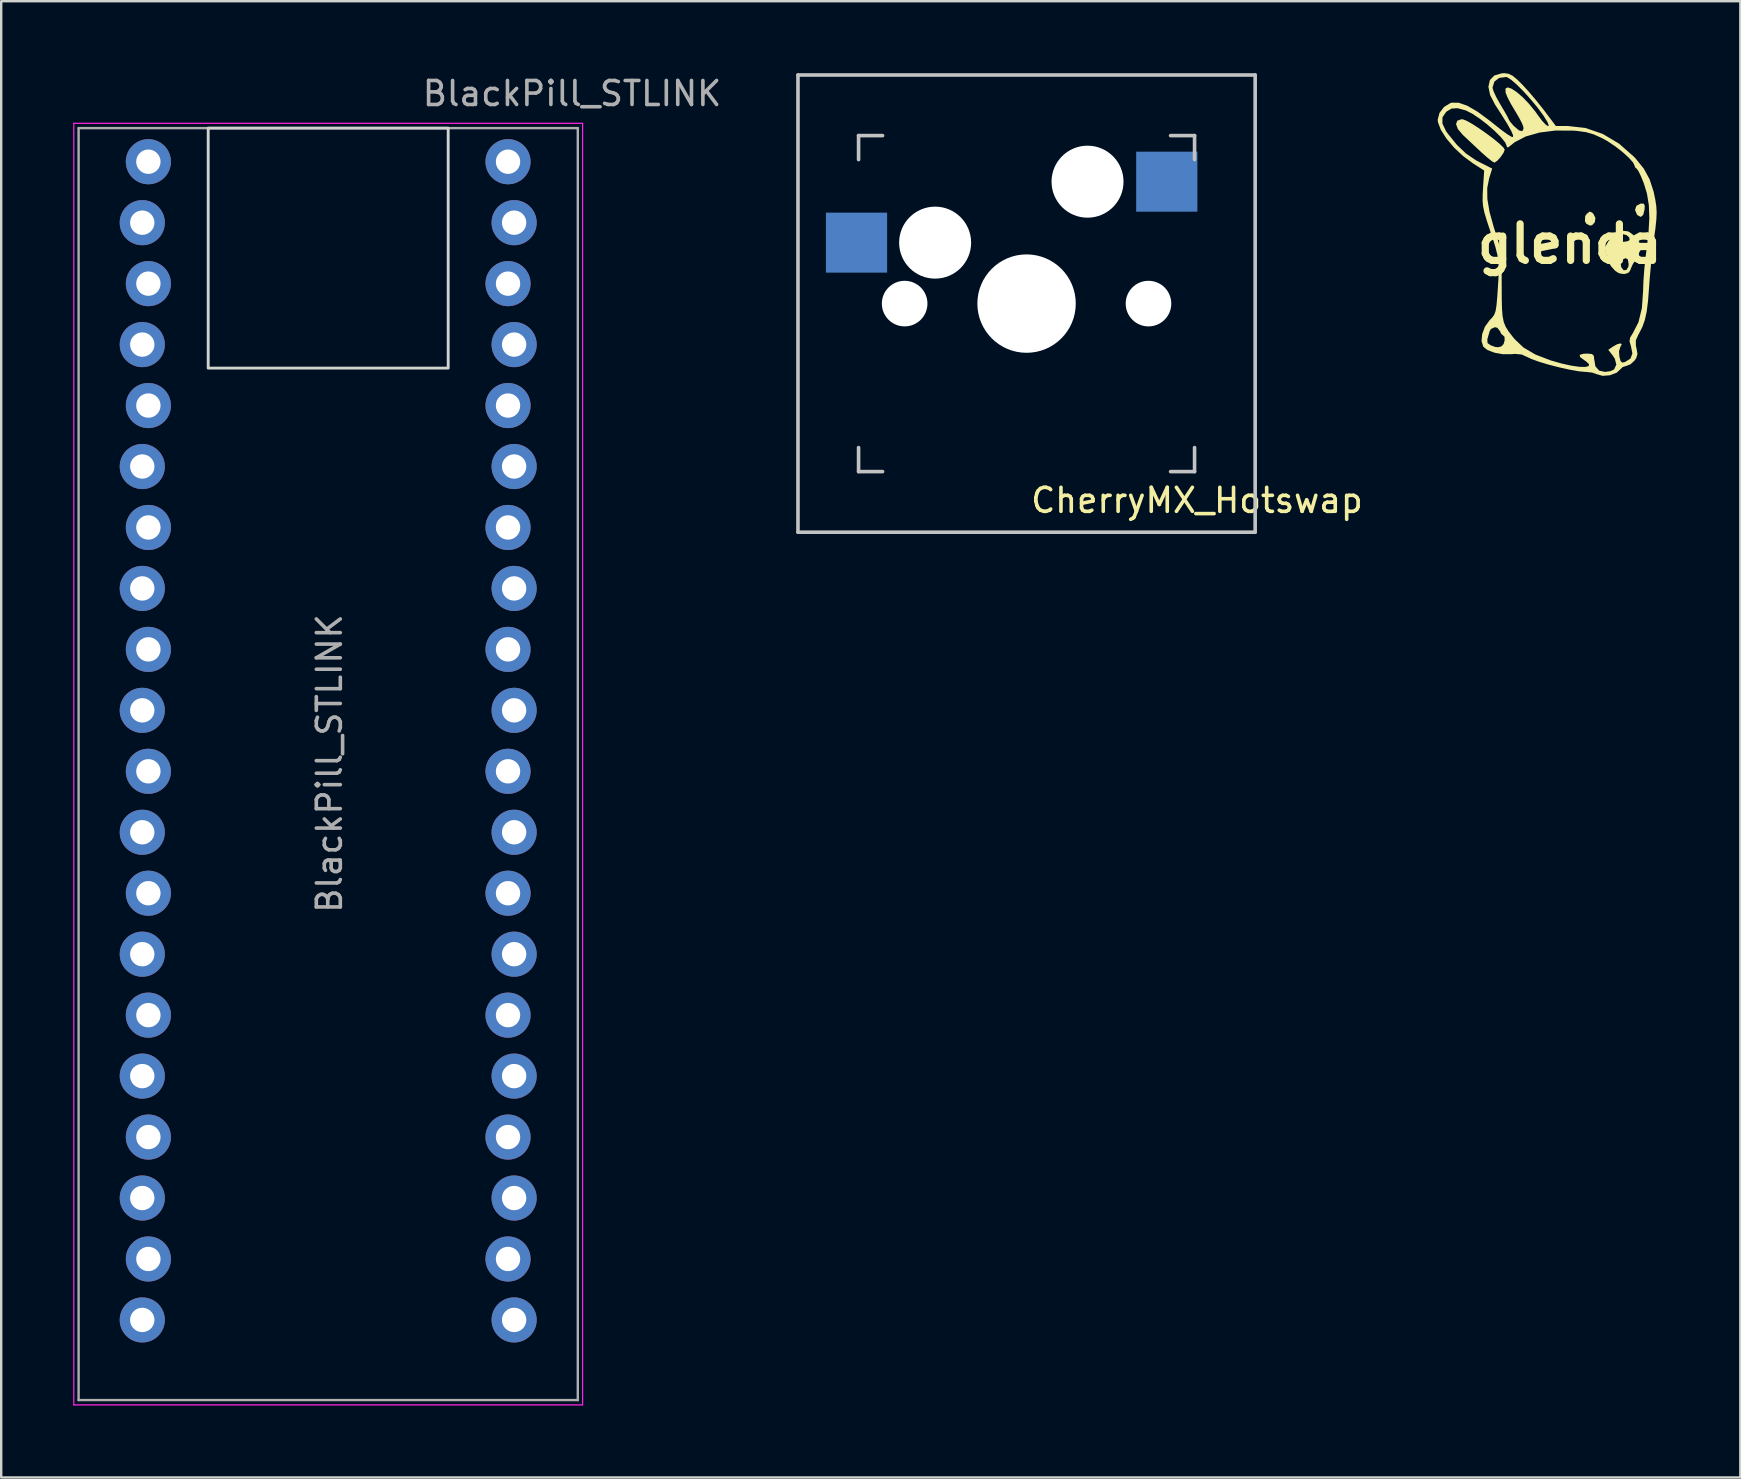
<source format=kicad_pcb>
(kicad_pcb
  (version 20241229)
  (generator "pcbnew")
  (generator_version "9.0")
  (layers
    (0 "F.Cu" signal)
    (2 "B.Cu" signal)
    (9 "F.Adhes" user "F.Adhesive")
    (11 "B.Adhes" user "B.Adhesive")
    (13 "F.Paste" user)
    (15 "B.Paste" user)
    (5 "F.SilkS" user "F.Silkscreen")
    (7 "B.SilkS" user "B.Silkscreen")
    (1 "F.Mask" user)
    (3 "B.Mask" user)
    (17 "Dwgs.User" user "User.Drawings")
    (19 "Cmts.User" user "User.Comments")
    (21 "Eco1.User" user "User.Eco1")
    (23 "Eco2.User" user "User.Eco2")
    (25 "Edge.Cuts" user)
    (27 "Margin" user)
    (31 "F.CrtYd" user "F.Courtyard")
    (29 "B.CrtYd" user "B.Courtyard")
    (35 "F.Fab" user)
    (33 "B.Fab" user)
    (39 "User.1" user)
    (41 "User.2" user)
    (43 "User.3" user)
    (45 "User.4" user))
  (footprint "glenda"
    (layer "F.Cu")
    (at 62.357 7.112)
    (property "Reference" "glenda" (at 0 0 0) (layer "F.SilkS") (effects (font (size 1.524 1.524) (thickness 0.3))))
    (attr board_only exclude_from_pos_files exclude_from_bom)
    (fp_poly (pts (xy 0.929 -1.306) (xy 0.982 -1.255) (xy 1.069 -1.083) (xy 1.046 -0.903) (xy 0.933 -0.781) (xy 0.847 -0.762) (xy 0.698 -0.833) (xy 0.632 -0.941) (xy 0.643 -1.159) (xy 0.711 -1.255) (xy 0.829 -1.346)) (stroke (width 0) (type solid)) (fill yes) (layer "F.SilkS"))
    (fp_poly (pts (xy 3.081 -1.678) (xy 3.125 -1.593) (xy 3.117 -1.431) (xy 3.06 -1.204) (xy 2.955 -1.123) (xy 2.818 -1.2) (xy 2.8 -1.221) (xy 2.72 -1.414) (xy 2.776 -1.586) (xy 2.948 -1.679) (xy 2.949 -1.679)) (stroke (width 0) (type solid)) (fill yes) (layer "F.SilkS"))
    (fp_poly (pts (xy -4.463 -5.191) (xy -4.312 -5.137) (xy -4.074 -5.005) (xy -3.784 -4.818) (xy -3.474 -4.602) (xy -3.178 -4.38) (xy -2.93 -4.176) (xy -2.763 -4.015) (xy -2.709 -3.927) (xy -2.76 -3.793) (xy -2.881 -3.618) (xy -3.022 -3.462) (xy -3.134 -3.387) (xy -3.141 -3.387) (xy -3.238 -3.441) (xy -3.42 -3.584) (xy -3.652 -3.788) (xy -3.698 -3.831) (xy -3.978 -4.093) (xy -4.254 -4.351) (xy -4.464 -4.549) (xy -4.662 -4.785) (xy -4.737 -4.988) (xy -4.689 -5.132) (xy -4.519 -5.192)) (stroke (width 0) (type solid)) (fill yes) (layer "F.SilkS"))
    (fp_poly (pts (xy 2.42 -0.523) (xy 2.483 -0.494) (xy 2.791 -0.267) (xy 2.935 0.004) (xy 2.916 0.316) (xy 2.752 0.643) (xy 2.622 0.857) (xy 2.547 1.023) (xy 2.54 1.061) (xy 2.472 1.18) (xy 2.406 1.219) (xy 2.274 1.257) (xy 2.142 1.243) (xy 2.032 1.214) (xy 1.895 1.123) (xy 1.743 0.956) (xy 1.742 0.955) (xy 1.654 0.83) (xy 2.125 0.83) (xy 2.147 0.974) (xy 2.247 1.099) (xy 2.361 1.086) (xy 2.442 0.955) (xy 2.455 0.847) (xy 2.419 0.647) (xy 2.326 0.593) (xy 2.186 0.663) (xy 2.125 0.83) (xy 1.654 0.83) (xy 1.636 0.805) (xy 1.631 0.76) (xy 1.727 0.788) (xy 1.742 0.793) (xy 1.818 0.805) (xy 1.769 0.731) (xy 1.672 0.635) (xy 1.486 0.392) (xy 1.463 0.151) (xy 1.605 -0.102) (xy 1.715 -0.219) (xy 1.801 -0.289) (xy 2.04 -0.289) (xy 2.052 -0.167) (xy 2.181 -0.09) (xy 2.239 -0.085) (xy 2.415 -0.112) (xy 2.492 -0.16) (xy 2.48 -0.268) (xy 2.367 -0.364) (xy 2.218 -0.404) (xy 2.16 -0.393) (xy 2.04 -0.289) (xy 1.801 -0.289) (xy 1.993 -0.449) (xy 2.216 -0.546)) (stroke (width 0) (type solid)) (fill yes) (layer "F.SilkS"))
    (fp_poly (pts (xy -2.55 -7.089) (xy -2.378 -7.003) (xy -2.168 -6.827) (xy -1.991 -6.651) (xy -1.722 -6.359) (xy -1.413 -5.996) (xy -1.121 -5.631) (xy -1.059 -5.55) (xy -0.578 -4.911) (xy -0.069 -4.911) (xy 0.664 -4.827) (xy 1.376 -4.581) (xy 2.052 -4.179) (xy 2.68 -3.626) (xy 2.736 -3.567) (xy 3.083 -3.138) (xy 3.327 -2.693) (xy 3.496 -2.172) (xy 3.563 -1.853) (xy 3.606 -1.572) (xy 3.621 -1.305) (xy 3.608 -1.002) (xy 3.566 -0.616) (xy 3.52 -0.286) (xy 3.453 0.228) (xy 3.388 0.827) (xy 3.333 1.426) (xy 3.304 1.82) (xy 3.261 2.386) (xy 3.206 2.822) (xy 3.13 3.167) (xy 3.026 3.461) (xy 2.882 3.742) (xy 2.858 3.784) (xy 2.753 4.019) (xy 2.755 4.245) (xy 2.781 4.353) (xy 2.822 4.585) (xy 2.771 4.759) (xy 2.696 4.866) (xy 2.531 5.017) (xy 2.369 5.08) (xy 2.369 5.08) (xy 2.2 5.135) (xy 2.142 5.195) (xy 1.954 5.368) (xy 1.673 5.474) (xy 1.37 5.499) (xy 1.112 5.426) (xy 1.101 5.419) (xy 0.933 5.363) (xy 0.693 5.336) (xy 0.664 5.335) (xy 0.382 5.31) (xy -0.001 5.242) (xy -0.439 5.145) (xy -0.884 5.03) (xy -1.287 4.909) (xy -1.601 4.795) (xy -1.733 4.732) (xy -1.999 4.611) (xy -2.274 4.583) (xy -2.439 4.596) (xy -2.787 4.597) (xy -3.137 4.534) (xy -3.429 4.422) (xy -3.6 4.287) (xy -3.675 4.057) (xy -3.669 3.98) (xy -3.435 3.98) (xy -3.425 4.134) (xy -3.287 4.229) (xy -3.093 4.298) (xy -2.967 4.305) (xy -2.843 4.267) (xy -2.756 4.172) (xy -2.712 4.015) (xy -2.719 3.871) (xy -2.784 3.81) (xy -2.863 3.74) (xy -2.903 3.641) (xy -3.015 3.498) (xy -3.119 3.471) (xy -3.283 3.545) (xy -3.339 3.641) (xy -3.405 3.874) (xy -3.435 3.98) (xy -3.669 3.98) (xy -3.649 3.759) (xy -3.535 3.451) (xy -3.347 3.191) (xy -3.225 3.065) (xy -3.143 2.944) (xy -3.089 2.79) (xy -3.053 2.565) (xy -3.023 2.23) (xy -3.006 1.99) (xy -2.972 1.473) (xy -2.959 1.076) (xy -2.972 0.75) (xy -3.018 0.447) (xy -3.101 0.117) (xy -3.229 -0.287) (xy -3.316 -0.545) (xy -3.459 -0.978) (xy -3.555 -1.299) (xy -3.609 -1.554) (xy -3.631 -1.791) (xy -3.628 -2.057) (xy -3.614 -2.312) (xy -3.566 -3.057) (xy -4.033 -3.355) (xy -4.444 -3.659) (xy -4.82 -4.012) (xy -5.136 -4.385) (xy -5.368 -4.745) (xy -5.472 -5.014) (xy -5.306 -5.014) (xy -5.158 -4.703) (xy -5.09 -4.606) (xy -4.697 -4.121) (xy -4.315 -3.759) (xy -3.902 -3.48) (xy -3.753 -3.401) (xy -3.232 -3.138) (xy -3.358 -2.733) (xy -3.438 -2.328) (xy -3.433 -1.868) (xy -3.342 -1.328) (xy -3.161 -0.679) (xy -3.114 -0.537) (xy -3.013 -0.224) (xy -2.939 0.033) (xy -2.89 0.272) (xy -2.86 0.532) (xy -2.844 0.851) (xy -2.837 1.268) (xy -2.836 1.736) (xy -2.833 2.29) (xy -2.823 2.706) (xy -2.798 3.018) (xy -2.749 3.257) (xy -2.669 3.456) (xy -2.55 3.646) (xy -2.384 3.861) (xy -2.3 3.965) (xy -1.93 4.316) (xy -1.434 4.609) (xy -0.804 4.852) (xy -0.342 4.984) (xy 0.065 5.074) (xy 0.401 5.122) (xy 0.647 5.128) (xy 0.787 5.092) (xy 0.803 5.013) (xy 0.678 4.894) (xy 0.604 4.845) (xy 0.429 4.713) (xy 0.415 4.624) (xy 0.565 4.579) (xy 0.734 4.572) (xy 0.928 4.589) (xy 1.005 4.668) (xy 1.016 4.789) (xy 1.068 5.1) (xy 1.226 5.281) (xy 1.468 5.334) (xy 1.691 5.305) (xy 1.844 5.234) (xy 1.846 5.232) (xy 1.941 5.031) (xy 1.877 4.782) (xy 1.776 4.632) (xy 1.606 4.414) (xy 1.795 4.282) (xy 1.983 4.177) (xy 2.118 4.146) (xy 2.165 4.189) (xy 2.117 4.275) (xy 2.052 4.472) (xy 2.068 4.694) (xy 2.118 4.886) (xy 2.193 4.946) (xy 2.306 4.92) (xy 2.531 4.778) (xy 2.61 4.565) (xy 2.553 4.279) (xy 2.491 4.061) (xy 2.516 3.901) (xy 2.629 3.719) (xy 2.863 3.263) (xy 3.005 2.68) (xy 3.056 1.961) (xy 3.056 1.949) (xy 3.071 1.533) (xy 3.108 1.033) (xy 3.161 0.534) (xy 3.187 0.339) (xy 3.279 -0.432) (xy 3.316 -1.074) (xy 3.295 -1.619) (xy 3.216 -2.1) (xy 3.088 -2.519) (xy 2.971 -2.809) (xy 2.866 -3.026) (xy 2.794 -3.129) (xy 2.784 -3.133) (xy 2.715 -3.2) (xy 2.709 -3.243) (xy 2.642 -3.386) (xy 2.463 -3.588) (xy 2.205 -3.823) (xy 1.899 -4.062) (xy 1.58 -4.276) (xy 1.357 -4.401) (xy 1.005 -4.561) (xy 0.678 -4.656) (xy 0.295 -4.708) (xy 0.118 -4.721) (xy -0.603 -4.722) (xy -1.264 -4.638) (xy -1.835 -4.475) (xy -2.288 -4.24) (xy -2.434 -4.124) (xy -2.569 -4.019) (xy -2.621 -4.038) (xy -2.625 -4.075) (xy -2.691 -4.229) (xy -2.868 -4.447) (xy -3.124 -4.703) (xy -3.429 -4.969) (xy -3.751 -5.218) (xy -4.059 -5.423) (xy -4.32 -5.556) (xy -4.337 -5.562) (xy -4.676 -5.654) (xy -4.928 -5.638) (xy -5.138 -5.51) (xy -5.149 -5.5) (xy -5.303 -5.275) (xy -5.306 -5.014) (xy -5.472 -5.014) (xy -5.49 -5.062) (xy -5.503 -5.174) (xy -5.428 -5.458) (xy -5.234 -5.708) (xy -4.971 -5.868) (xy -4.914 -5.884) (xy -4.626 -5.881) (xy -4.272 -5.758) (xy -3.842 -5.508) (xy -3.325 -5.126) (xy -3.168 -4.999) (xy -2.87 -4.763) (xy -2.617 -4.579) (xy -2.439 -4.469) (xy -2.367 -4.447) (xy -2.361 -4.524) (xy -2.438 -4.705) (xy -2.602 -4.997) (xy -2.859 -5.411) (xy -3.11 -5.798) (xy -3.318 -6.199) (xy -3.38 -6.502) (xy -3.217 -6.502) (xy -3.175 -6.358) (xy -3.064 -6.119) (xy -2.905 -5.834) (xy -2.879 -5.789) (xy -2.718 -5.518) (xy -2.598 -5.306) (xy -2.542 -5.19) (xy -2.54 -5.182) (xy -2.487 -5.094) (xy -2.355 -4.939) (xy -2.311 -4.893) (xy -2.117 -4.73) (xy -1.983 -4.696) (xy -1.927 -4.79) (xy -1.934 -4.877) (xy -1.991 -5.026) (xy -2.116 -5.266) (xy -2.281 -5.546) (xy -2.29 -5.559) (xy -2.462 -5.851) (xy -2.599 -6.116) (xy -2.672 -6.299) (xy -2.673 -6.3) (xy -2.678 -6.467) (xy -2.592 -6.52) (xy -2.432 -6.47) (xy -2.218 -6.332) (xy -1.969 -6.119) (xy -1.703 -5.844) (xy -1.439 -5.52) (xy -1.306 -5.333) (xy -1.146 -5.121) (xy -1.006 -4.973) (xy -0.907 -4.906) (xy -0.874 -4.935) (xy -0.929 -5.075) (xy -0.931 -5.08) (xy -1.106 -5.361) (xy -1.346 -5.684) (xy -1.625 -6.021) (xy -1.917 -6.345) (xy -2.195 -6.625) (xy -2.434 -6.834) (xy -2.608 -6.944) (xy -2.644 -6.953) (xy -2.939 -6.917) (xy -3.14 -6.763) (xy -3.217 -6.513) (xy -3.217 -6.502) (xy -3.38 -6.502) (xy -3.389 -6.547) (xy -3.328 -6.826) (xy -3.141 -7.018) (xy -2.831 -7.107) (xy -2.725 -7.112)) (stroke (width 0) (type solid)) (fill yes) (layer "F.SilkS")))
  (footprint "CherryMX_Hotswap"
    (layer "F.Cu")
    (at 39.724 9.6)
    (property "Reference" "CherryMX_Hotswap" (at 7.1 8.2 0) (layer "F.SilkS") (effects (font (size 1 1) (thickness 0.15))))
    (attr through_hole)
    (fp_line (start -9.525 -9.525) (end 9.525 -9.525) (stroke (width 0.15) (type solid)) (layer "Dwgs.User"))
    (fp_line (start -9.525 9.525) (end -9.525 -9.525) (stroke (width 0.15) (type solid)) (layer "Dwgs.User"))
    (fp_line (start -7 -7) (end -6 -7) (stroke (width 0.15) (type solid)) (layer "Dwgs.User"))
    (fp_line (start -7 -6) (end -7 -7) (stroke (width 0.15) (type solid)) (layer "Dwgs.User"))
    (fp_line (start -7 6) (end -7 7) (stroke (width 0.15) (type solid)) (layer "Dwgs.User"))
    (fp_line (start -7 7) (end -6 7) (stroke (width 0.15) (type solid)) (layer "Dwgs.User"))
    (fp_line (start 6 7) (end 7 7) (stroke (width 0.15) (type solid)) (layer "Dwgs.User"))
    (fp_line (start 7 -7) (end 6 -7) (stroke (width 0.15) (type solid)) (layer "Dwgs.User"))
    (fp_line (start 7 -7) (end 7 -6) (stroke (width 0.15) (type solid)) (layer "Dwgs.User"))
    (fp_line (start 7 7) (end 7 6) (stroke (width 0.15) (type solid)) (layer "Dwgs.User"))
    (fp_line (start 9.525 -9.525) (end 9.525 9.525) (stroke (width 0.15) (type solid)) (layer "Dwgs.User"))
    (fp_line (start 9.525 9.525) (end -9.525 9.525) (stroke (width 0.15) (type solid)) (layer "Dwgs.User"))
    (pad "" np_thru_hole circle (at -5.08 0) (size 1.9 1.9) (drill 1.9) (layers "*.Cu" "*.Mask"))
    (pad "" np_thru_hole circle (at -3.81 -2.54) (size 3 3) (drill 3) (layers "*.Cu" "*.Mask"))
    (pad "" np_thru_hole circle (at 0 0 90) (size 4.1 4.1) (drill 4.1) (layers "*.Cu" "*.Mask"))
    (pad "" np_thru_hole circle (at 2.54 -5.08) (size 3 3) (drill 3) (layers "*.Cu" "*.Mask"))
    (pad "" np_thru_hole circle (at 5.08 0) (size 1.9 1.9) (drill 1.9) (layers "*.Cu" "*.Mask"))
    (pad "1" smd rect (at -7.085 -2.54 180) (size 2.55 2.5) (layers "B.Cu" "B.Mask" "B.Paste"))
    (pad "2" smd rect (at 5.842 -5.08 180) (size 2.55 2.5) (layers "B.Cu" "B.Mask" "B.Paste")))
  (footprint "BlackPill_STLINK"
    (layer "F.Cu")
    (at 10.625 28.788)
    (property "Reference" "BlackPill_STLINK" (at 0.05 -0.025 90) (layer "F.Fab") (effects (font (size 1 1) (thickness 0.15))))
    (attr through_hole)
    (fp_rect (start 5 -26.5) (end -5 -16.5) (stroke (width 0.12) (type solid)) (fill no) (layer "Edge.Cuts"))
    (fp_line (start -10.6 -26.7) (end -10.6 26.7) (stroke (width 0.05) (type solid)) (layer "F.CrtYd"))
    (fp_line (start -10.6 26.7) (end 10.6 26.7) (stroke (width 0.05) (type solid)) (layer "F.CrtYd"))
    (fp_line (start 10.6 -26.7) (end -10.6 -26.7) (stroke (width 0.05) (type solid)) (layer "F.CrtYd"))
    (fp_line (start 10.6 26.7) (end 10.6 -26.7) (stroke (width 0.05) (type solid)) (layer "F.CrtYd"))
    (fp_line (start -10.4 -26.5) (end -10.4 26.5) (stroke (width 0.1) (type solid)) (layer "F.Fab"))
    (fp_line (start -10.4 26.5) (end 10.4 26.5) (stroke (width 0.1) (type solid)) (layer "F.Fab"))
    (fp_line (start 10.4 -26.5) (end -10.4 -26.5) (stroke (width 0.1) (type solid)) (layer "F.Fab"))
    (fp_line (start 10.4 26.5) (end 10.4 -26.5) (stroke (width 0.1) (type solid)) (layer "F.Fab"))
    (fp_text user "${REFERENCE}" (at 10.16 -27.94 180) (layer "F.Fab") (effects (font (size 1 1) (thickness 0.15))))
    (pad "1" thru_hole circle (at -7.493 -25.1 270) (size 1.88 1.88) (drill 1.016) (layers "*.Cu" "*.Mask"))
    (pad "2" thru_hole circle (at -7.747 -22.56 270) (size 1.88 1.88) (drill 1.016) (layers "*.Cu" "*.Mask"))
    (pad "3" thru_hole circle (at -7.493 -20.02 270) (size 1.88 1.88) (drill 1.016) (layers "*.Cu" "*.Mask"))
    (pad "4" thru_hole circle (at -7.747 -17.48 270) (size 1.88 1.88) (drill 1.016) (layers "*.Cu" "*.Mask"))
    (pad "5" thru_hole circle (at -7.493 -14.94 270) (size 1.88 1.88) (drill 1.016) (layers "*.Cu" "*.Mask"))
    (pad "6" thru_hole circle (at -7.747 -12.4 270) (size 1.88 1.88) (drill 1.016) (layers "*.Cu" "*.Mask"))
    (pad "7" thru_hole circle (at -7.493 -9.86 270) (size 1.88 1.88) (drill 1.016) (layers "*.Cu" "*.Mask"))
    (pad "8" thru_hole circle (at -7.747 -7.32 270) (size 1.88 1.88) (drill 1.016) (layers "*.Cu" "*.Mask"))
    (pad "9" thru_hole circle (at -7.493 -4.78 270) (size 1.88 1.88) (drill 1.016) (layers "*.Cu" "*.Mask"))
    (pad "10" thru_hole circle (at -7.747 -2.24 270) (size 1.88 1.88) (drill 1.016) (layers "*.Cu" "*.Mask"))
    (pad "11" thru_hole circle (at -7.493 0.3 270) (size 1.88 1.88) (drill 1.016) (layers "*.Cu" "*.Mask"))
    (pad "12" thru_hole circle (at -7.747 2.84 270) (size 1.88 1.88) (drill 1.016) (layers "*.Cu" "*.Mask"))
    (pad "13" thru_hole circle (at -7.493 5.38 270) (size 1.88 1.88) (drill 1.016) (layers "*.Cu" "*.Mask"))
    (pad "14" thru_hole circle (at -7.747 7.92 270) (size 1.88 1.88) (drill 1.016) (layers "*.Cu" "*.Mask"))
    (pad "15" thru_hole circle (at -7.493 10.46 270) (size 1.88 1.88) (drill 1.016) (layers "*.Cu" "*.Mask"))
    (pad "16" thru_hole circle (at -7.747 13 270) (size 1.88 1.88) (drill 1.016) (layers "*.Cu" "*.Mask"))
    (pad "17" thru_hole circle (at -7.493 15.54 270) (size 1.88 1.88) (drill 1.016) (layers "*.Cu" "*.Mask"))
    (pad "18" thru_hole circle (at -7.747 18.08 270) (size 1.88 1.88) (drill 1.016) (layers "*.Cu" "*.Mask"))
    (pad "19" thru_hole circle (at -7.493 20.62 270) (size 1.88 1.88) (drill 1.016) (layers "*.Cu" "*.Mask"))
    (pad "20" thru_hole circle (at -7.747 23.16 270) (size 1.88 1.88) (drill 1.016) (layers "*.Cu" "*.Mask"))
    (pad "21" thru_hole circle (at 7.747 23.16 90) (size 1.88 1.88) (drill 1.016) (layers "*.Cu" "*.Mask"))
    (pad "22" thru_hole circle (at 7.493 20.62 90) (size 1.88 1.88) (drill 1.016) (layers "*.Cu" "*.Mask"))
    (pad "23" thru_hole circle (at 7.747 18.08 90) (size 1.88 1.88) (drill 1.016) (layers "*.Cu" "*.Mask"))
    (pad "24" thru_hole circle (at 7.493 15.54 90) (size 1.88 1.88) (drill 1.016) (layers "*.Cu" "*.Mask"))
    (pad "25" thru_hole circle (at 7.747 13 90) (size 1.88 1.88) (drill 1.016) (layers "*.Cu" "*.Mask"))
    (pad "26" thru_hole circle (at 7.493 10.46 90) (size 1.88 1.88) (drill 1.016) (layers "*.Cu" "*.Mask"))
    (pad "27" thru_hole circle (at 7.747 7.92 90) (size 1.88 1.88) (drill 1.016) (layers "*.Cu" "*.Mask"))
    (pad "28" thru_hole circle (at 7.493 5.38 90) (size 1.88 1.88) (drill 1.016) (layers "*.Cu" "*.Mask"))
    (pad "29" thru_hole circle (at 7.747 2.84 90) (size 1.88 1.88) (drill 1.016) (layers "*.Cu" "*.Mask"))
    (pad "30" thru_hole circle (at 7.493 0.3 90) (size 1.88 1.88) (drill 1.016) (layers "*.Cu" "*.Mask"))
    (pad "31" thru_hole circle (at 7.747 -2.24 90) (size 1.88 1.88) (drill 1.016) (layers "*.Cu" "*.Mask"))
    (pad "32" thru_hole circle (at 7.493 -4.78 90) (size 1.88 1.88) (drill 1.016) (layers "*.Cu" "*.Mask"))
    (pad "33" thru_hole circle (at 7.747 -7.32 90) (size 1.88 1.88) (drill 1.016) (layers "*.Cu" "*.Mask"))
    (pad "34" thru_hole circle (at 7.493 -9.86 90) (size 1.88 1.88) (drill 1.016) (layers "*.Cu" "*.Mask"))
    (pad "35" thru_hole circle (at 7.747 -12.4 90) (size 1.88 1.88) (drill 1.016) (layers "*.Cu" "*.Mask"))
    (pad "36" thru_hole circle (at 7.493 -14.94 90) (size 1.88 1.88) (drill 1.016) (layers "*.Cu" "*.Mask"))
    (pad "37" thru_hole circle (at 7.747 -17.48 90) (size 1.88 1.88) (drill 1.016) (layers "*.Cu" "*.Mask"))
    (pad "38" thru_hole circle (at 7.493 -20.02 90) (size 1.88 1.88) (drill 1.016) (layers "*.Cu" "*.Mask"))
    (pad "39" thru_hole circle (at 7.747 -22.56 90) (size 1.88 1.88) (drill 1.016) (layers "*.Cu" "*.Mask"))
    (pad "40" thru_hole circle (at 7.493 -25.1 90) (size 1.88 1.88) (drill 1.016) (layers "*.Cu" "*.Mask")))
  (gr_rect
    (start -3 -3)
    (end 69.465 58.513)
    (stroke (width 0.1) (type default))
    (fill no)
    (layer "Edge.Cuts")))
</source>
